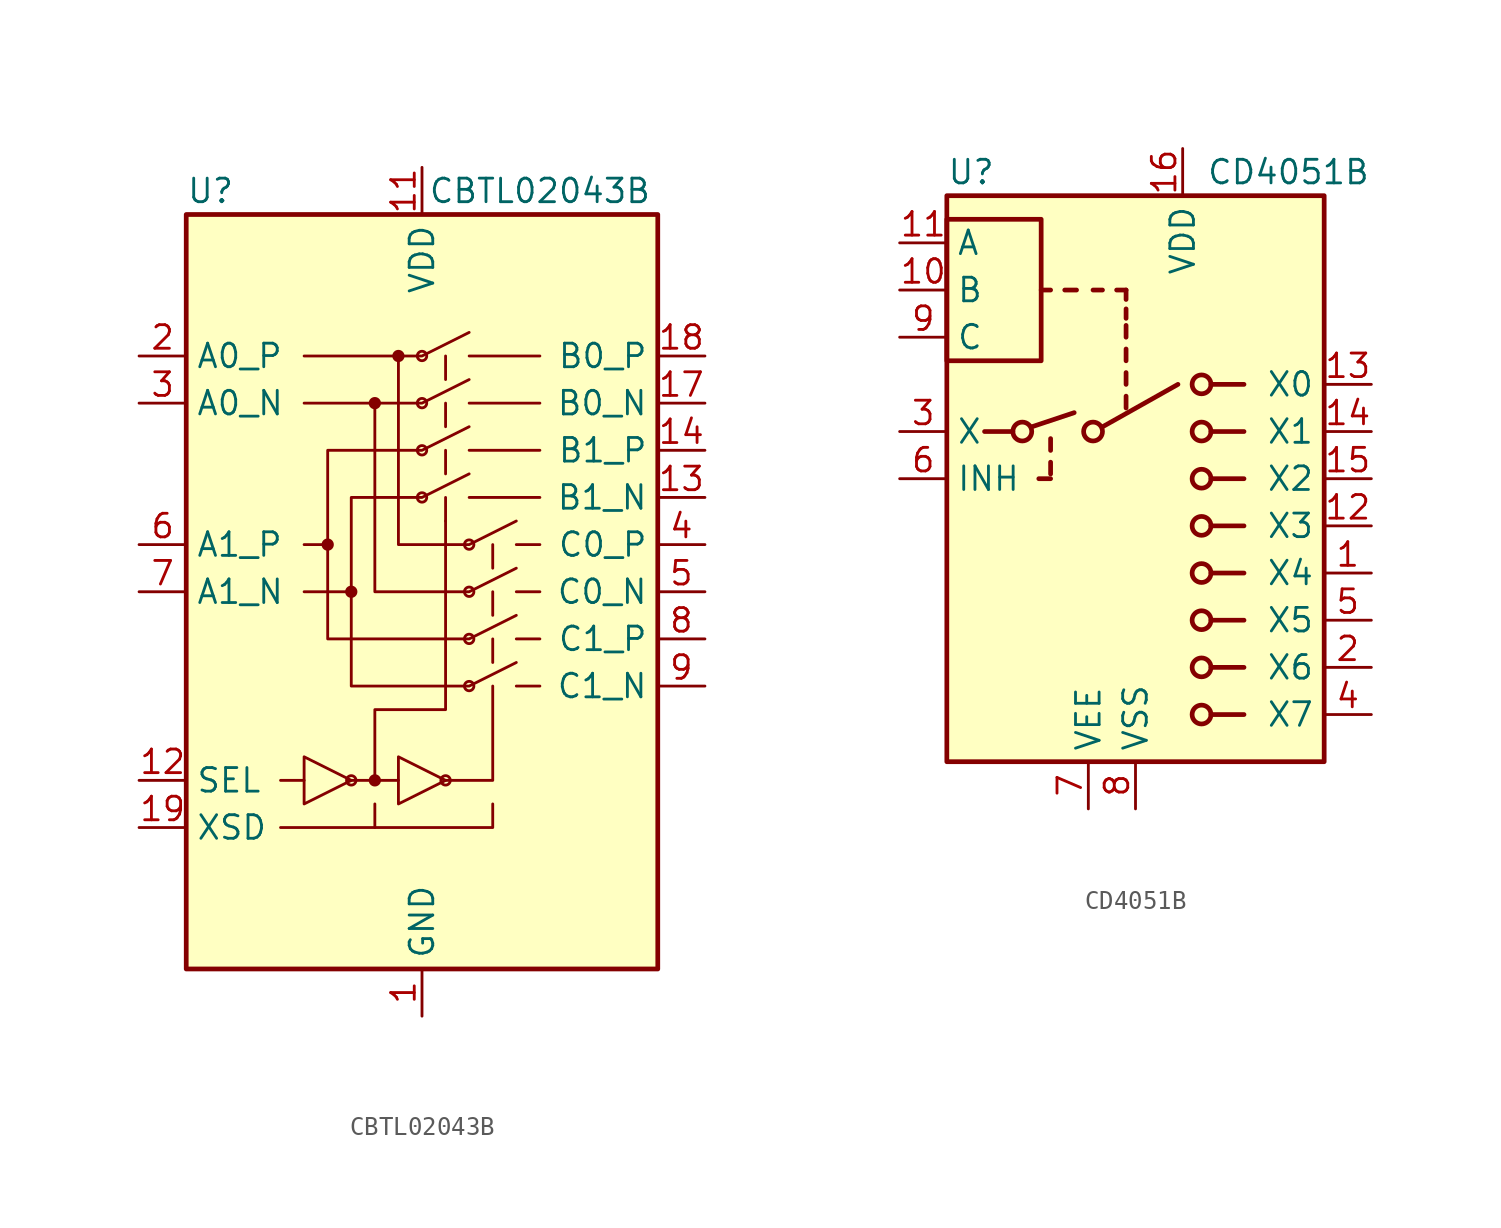
<source format=kicad_sym>
(kicad_symbol_lib
  (version 20241209)
  (generator "kicad_symbol_editor")
  (generator_version "9.0")
  (symbol "CBTL02043B"
    (property "Reference" "U"
      (at -12.7 21.59 0)
      (effects (font (size 1.27 1.27)) (justify left)))
    (property "Value" "CBTL02043B"
      (at 6.35 21.59 0)
      (effects (font (size 1.27 1.27))))
    (symbol "CBTL02043B_0_1"
      (rectangle (start -12.7 20.32) (end 12.7 -20.32) (stroke (width 0.254) (type default)) (fill (type background)))
      (polyline (pts (xy -7.62 -10.16) (xy -6.35 -10.16)) (stroke (width 0) (type default)) (fill (type none)))
      (polyline (pts (xy -7.62 -12.7) (xy 3.81 -12.7) (xy 3.81 -11.43)) (stroke (width 0) (type default)) (fill (type none)))
      (circle (center -5.08 2.54) (radius 0.254) (stroke (width 0) (type default)) (fill (type outline)))
      (circle (center -3.81 0) (radius 0.254) (stroke (width 0) (type default)) (fill (type outline)))
      (circle (center -2.54 10.16) (radius 0.254) (stroke (width 0) (type default)) (fill (type outline)))
      (polyline (pts (xy -2.54 -12.7) (xy -2.54 -11.43)) (stroke (width 0) (type default)) (fill (type none)))
      (circle (center -1.27 12.7) (radius 0.254) (stroke (width 0) (type default)) (fill (type outline)))
      (polyline (pts (xy 1.27 -10.16) (xy -1.27 -8.89) (xy -1.27 -11.43) (xy 1.27 -10.16)) (stroke (width 0) (type default)) (fill (type none)))
      (polyline (pts (xy 5.08 3.81) (xy 2.54 2.54) (xy -1.27 2.54) (xy -1.27 12.7)) (stroke (width 0) (type default)) (fill (type none)))
      (polyline (pts (xy 5.08 1.27) (xy 2.54 0) (xy -2.54 0) (xy -2.54 10.16)) (stroke (width 0) (type default)) (fill (type none)))
      (polyline (pts (xy 5.08 -1.27) (xy 2.54 -2.54) (xy -5.08 -2.54) (xy -5.08 2.54)) (stroke (width 0) (type default)) (fill (type none)))
      (polyline (pts (xy 5.08 -3.81) (xy 2.54 -5.08) (xy -3.81 -5.08) (xy -3.81 0)) (stroke (width 0) (type default)) (fill (type none))))
    (symbol "CBTL02043B_1_1"
      (polyline (pts (xy -6.35 12.7) (xy 0 12.7) (xy 2.54 13.97)) (stroke (width 0) (type default)) (fill (type none)))
      (polyline (pts (xy -6.35 10.16) (xy 0 10.16) (xy 2.54 11.43)) (stroke (width 0) (type default)) (fill (type none)))
      (polyline (pts (xy -6.35 2.54) (xy -5.08 2.54) (xy -5.08 7.62) (xy 0 7.62) (xy 2.54 8.89)) (stroke (width 0) (type default)) (fill (type none)))
      (polyline (pts (xy -6.35 0) (xy -3.81 0) (xy -3.81 5.08) (xy 0 5.08) (xy 2.54 6.35)) (stroke (width 0) (type default)) (fill (type none)))
      (circle (center -3.81 -10.16) (radius 0.254) (stroke (width 0) (type default)) (fill (type none)))
      (polyline (pts (xy -3.81 -10.16) (xy -6.35 -8.89) (xy -6.35 -11.43) (xy -3.81 -10.16)) (stroke (width 0) (type default)) (fill (type none)))
      (circle (center -2.54 -10.16) (radius 0.254) (stroke (width 0) (type default)) (fill (type outline)))
      (polyline (pts (xy -2.54 -10.16) (xy -1.27 -10.16)) (stroke (width 0) (type default)) (fill (type none)))
      (circle (center 0 12.7) (radius 0.254) (stroke (width 0) (type default)) (fill (type none)))
      (circle (center 0 10.16) (radius 0.254) (stroke (width 0) (type default)) (fill (type none)))
      (circle (center 0 7.62) (radius 0.254) (stroke (width 0) (type default)) (fill (type none)))
      (circle (center 0 5.08) (radius 0.254) (stroke (width 0) (type default)) (fill (type none)))
      (polyline (pts (xy 1.27 12.7) (xy 1.27 11.43)) (stroke (width 0) (type default)) (fill (type none)))
      (polyline (pts (xy 1.27 10.16) (xy 1.27 8.89)) (stroke (width 0) (type default)) (fill (type none)))
      (polyline (pts (xy 1.27 7.62) (xy 1.27 6.35)) (stroke (width 0) (type default)) (fill (type none)))
      (polyline (pts (xy 1.27 5.08) (xy 1.27 3.81)) (stroke (width 0) (type default)) (fill (type none)))
      (polyline (pts (xy 1.27 3.81) (xy 1.27 -6.35) (xy -2.54 -6.35) (xy -2.54 -10.16) (xy -3.81 -10.16)) (stroke (width 0) (type default)) (fill (type none)))
      (polyline (pts (xy 1.27 -10.16) (xy 3.81 -10.16) (xy 3.81 -5.08)) (stroke (width 0) (type default)) (fill (type none)))
      (circle (center 1.27 -10.16) (radius 0.254) (stroke (width 0) (type default)) (fill (type none)))
      (circle (center 2.54 2.54) (radius 0.254) (stroke (width 0) (type default)) (fill (type none)))
      (circle (center 2.54 0) (radius 0.254) (stroke (width 0) (type default)) (fill (type none)))
      (circle (center 2.54 -2.54) (radius 0.254) (stroke (width 0) (type default)) (fill (type none)))
      (circle (center 2.54 -5.08) (radius 0.254) (stroke (width 0) (type default)) (fill (type none)))
      (polyline (pts (xy 3.81 1.27) (xy 3.81 2.54)) (stroke (width 0) (type default)) (fill (type none)))
      (polyline (pts (xy 3.81 -1.27) (xy 3.81 0)) (stroke (width 0) (type default)) (fill (type none)))
      (polyline (pts (xy 3.81 -3.81) (xy 3.81 -2.54)) (stroke (width 0) (type default)) (fill (type none)))
      (polyline (pts (xy 6.35 12.7) (xy 2.54 12.7)) (stroke (width 0) (type default)) (fill (type none)))
      (polyline (pts (xy 6.35 10.16) (xy 2.54 10.16)) (stroke (width 0) (type default)) (fill (type none)))
      (polyline (pts (xy 6.35 7.62) (xy 2.54 7.62)) (stroke (width 0) (type default)) (fill (type none)))
      (polyline (pts (xy 6.35 5.08) (xy 2.54 5.08)) (stroke (width 0) (type default)) (fill (type none)))
      (polyline (pts (xy 6.35 2.54) (xy 5.08 2.54)) (stroke (width 0) (type default)) (fill (type none)))
      (polyline (pts (xy 6.35 0) (xy 5.08 0)) (stroke (width 0) (type default)) (fill (type none)))
      (polyline (pts (xy 6.35 -2.54) (xy 5.08 -2.54)) (stroke (width 0) (type default)) (fill (type none)))
      (polyline (pts (xy 6.35 -5.08) (xy 5.08 -5.08)) (stroke (width 0) (type default)) (fill (type none)))
      (pin passive line (at -15.24 12.7 0) (length 2.54) (name "A0_P" (effects (font (size 1.27 1.27)))) (number "2" (effects (font (size 1.27 1.27)))))
      (pin passive line (at -15.24 10.16 0) (length 2.54) (name "A0_N" (effects (font (size 1.27 1.27)))) (number "3" (effects (font (size 1.27 1.27)))))
      (pin passive line (at -15.24 2.54 0) (length 2.54) (name "A1_P" (effects (font (size 1.27 1.27)))) (number "6" (effects (font (size 1.27 1.27)))))
      (pin passive line (at -15.24 0 0) (length 2.54) (name "A1_N" (effects (font (size 1.27 1.27)))) (number "7" (effects (font (size 1.27 1.27)))))
      (pin input line (at -15.24 -10.16 0) (length 2.54) (name "SEL" (effects (font (size 1.27 1.27)))) (number "12" (effects (font (size 1.27 1.27)))))
      (pin input line (at -15.24 -12.7 0) (length 2.54) (name "XSD" (effects (font (size 1.27 1.27)))) (number "19" (effects (font (size 1.27 1.27)))))
      (pin power_in line (at 0 22.86 270) (length 2.54) (name "VDD" (effects (font (size 1.27 1.27)))) (number "11" (effects (font (size 1.27 1.27)))))
      (pin passive line (at 0 22.86 270) (length 2.54) (hide yes) (name "VDD" (effects (font (size 1.27 1.27)))) (number "16" (effects (font (size 1.27 1.27)))))
      (pin passive line (at 0 22.86 270) (length 2.54) (hide yes) (name "VDD" (effects (font (size 1.27 1.27)))) (number "20" (effects (font (size 1.27 1.27)))))
      (pin power_in line (at 0 -22.86 90) (length 2.54) (name "GND" (effects (font (size 1.27 1.27)))) (number "1" (effects (font (size 1.27 1.27)))))
      (pin passive line (at 0 -22.86 90) (length 2.54) (hide yes) (name "GND" (effects (font (size 1.27 1.27)))) (number "10" (effects (font (size 1.27 1.27)))))
      (pin passive line (at 0 -22.86 90) (length 2.54) (hide yes) (name "GND" (effects (font (size 1.27 1.27)))) (number "15" (effects (font (size 1.27 1.27)))))
      (pin passive line (at 0 -22.86 90) (length 2.54) (hide yes) (name "GND" (effects (font (size 1.27 1.27)))) (number "21" (effects (font (size 1.27 1.27)))))
      (pin passive line (at 15.24 12.7 180) (length 2.54) (name "B0_P" (effects (font (size 1.27 1.27)))) (number "18" (effects (font (size 1.27 1.27)))))
      (pin passive line (at 15.24 10.16 180) (length 2.54) (name "B0_N" (effects (font (size 1.27 1.27)))) (number "17" (effects (font (size 1.27 1.27)))))
      (pin passive line (at 15.24 7.62 180) (length 2.54) (name "B1_P" (effects (font (size 1.27 1.27)))) (number "14" (effects (font (size 1.27 1.27)))))
      (pin passive line (at 15.24 5.08 180) (length 2.54) (name "B1_N" (effects (font (size 1.27 1.27)))) (number "13" (effects (font (size 1.27 1.27)))))
      (pin passive line (at 15.24 2.54 180) (length 2.54) (name "C0_P" (effects (font (size 1.27 1.27)))) (number "4" (effects (font (size 1.27 1.27)))))
      (pin passive line (at 15.24 0 180) (length 2.54) (name "C0_N" (effects (font (size 1.27 1.27)))) (number "5" (effects (font (size 1.27 1.27)))))
      (pin passive line (at 15.24 -2.54 180) (length 2.54) (name "C1_P" (effects (font (size 1.27 1.27)))) (number "8" (effects (font (size 1.27 1.27)))))
      (pin passive line (at 15.24 -5.08 180) (length 2.54) (name "C1_N" (effects (font (size 1.27 1.27)))) (number "9" (effects (font (size 1.27 1.27)))))))
  (symbol "CD4051B"
    (property "Reference" "U"
      (at -10.16 16.51 0)
      (effects (font (size 1.27 1.27)) (justify left)))
    (property "Value" "CD4051B"
      (at 3.81 16.51 0)
      (effects (font (size 1.27 1.27)) (justify left)))
    (symbol "CD4051B_0_1"
      (rectangle (start -10.16 15.24) (end 10.16 -15.24) (stroke (width 0.254) (type default)) (fill (type background)))
      (rectangle (start -10.16 6.35) (end -5.08 13.97) (stroke (width 0.254) (type default)) (fill (type none)))
      (polyline (pts (xy -8.128 2.54) (xy -6.604 2.54)) (stroke (width 0.254) (type default)) (fill (type none)))
      (circle (center -6.096 2.54) (radius 0.508) (stroke (width 0.254) (type default)) (fill (type none)))
      (polyline (pts (xy -5.588 2.794) (xy -3.302 3.556)) (stroke (width 0.254) (type default)) (fill (type none)))
      (polyline (pts (xy -4.572 10.16) (xy -5.08 10.16)) (stroke (width 0.254) (type default)) (fill (type none)))
      (polyline (pts (xy -4.572 1.524) (xy -4.572 2.159)) (stroke (width 0.254) (type default)) (fill (type none)))
      (polyline (pts (xy -4.572 0.254) (xy -4.572 0.889)) (stroke (width 0.254) (type default)) (fill (type none)))
      (polyline (pts (xy -4.572 0) (xy -5.207 0)) (stroke (width 0.254) (type default)) (fill (type none)))
      (polyline (pts (xy -3.81 10.16) (xy -3.175 10.16)) (stroke (width 0.254) (type default)) (fill (type none)))
      (circle (center -2.286 2.54) (radius 0.508) (stroke (width 0.254) (type default)) (fill (type none)))
      (polyline (pts (xy -1.778 10.16) (xy -2.286 10.16)) (stroke (width 0.254) (type default)) (fill (type none)))
      (polyline (pts (xy -1.778 2.794) (xy 2.286 5.08)) (stroke (width 0.254) (type default)) (fill (type none)))
      (polyline (pts (xy -0.508 10.16) (xy -1.016 10.16)) (stroke (width 0.254) (type default)) (fill (type none)))
      (polyline (pts (xy -0.508 9.652) (xy -0.508 10.16)) (stroke (width 0.254) (type default)) (fill (type none)))
      (polyline (pts (xy -0.508 8.636) (xy -0.508 9.144)) (stroke (width 0.254) (type default)) (fill (type none)))
      (polyline (pts (xy -0.508 7.62) (xy -0.508 8.255)) (stroke (width 0.254) (type default)) (fill (type none)))
      (polyline (pts (xy -0.508 6.35) (xy -0.508 6.985)) (stroke (width 0.254) (type default)) (fill (type none)))
      (polyline (pts (xy -0.508 5.08) (xy -0.508 5.715)) (stroke (width 0.254) (type default)) (fill (type none)))
      (polyline (pts (xy -0.508 3.81) (xy -0.508 4.445)) (stroke (width 0.254) (type default)) (fill (type none)))
      (circle (center 3.556 5.08) (radius 0.508) (stroke (width 0.254) (type default)) (fill (type none)))
      (circle (center 3.556 2.54) (radius 0.508) (stroke (width 0.254) (type default)) (fill (type none)))
      (circle (center 3.556 0) (radius 0.508) (stroke (width 0.254) (type default)) (fill (type none)))
      (circle (center 3.556 -2.54) (radius 0.508) (stroke (width 0.254) (type default)) (fill (type none)))
      (circle (center 3.556 -5.08) (radius 0.508) (stroke (width 0.254) (type default)) (fill (type none)))
      (circle (center 3.556 -7.62) (radius 0.508) (stroke (width 0.254) (type default)) (fill (type none)))
      (circle (center 3.556 -10.16) (radius 0.508) (stroke (width 0.254) (type default)) (fill (type none)))
      (circle (center 3.556 -12.7) (radius 0.508) (stroke (width 0.254) (type default)) (fill (type none)))
      (polyline (pts (xy 4.064 5.08) (xy 5.842 5.08)) (stroke (width 0.254) (type default)) (fill (type none)))
      (polyline (pts (xy 4.064 2.54) (xy 5.842 2.54)) (stroke (width 0.254) (type default)) (fill (type none)))
      (polyline (pts (xy 4.064 0) (xy 5.842 0)) (stroke (width 0.254) (type default)) (fill (type none)))
      (polyline (pts (xy 4.064 -2.54) (xy 5.842 -2.54)) (stroke (width 0.254) (type default)) (fill (type none)))
      (polyline (pts (xy 4.064 -5.08) (xy 5.842 -5.08)) (stroke (width 0.254) (type default)) (fill (type none)))
      (polyline (pts (xy 4.064 -7.62) (xy 5.842 -7.62)) (stroke (width 0.254) (type default)) (fill (type none)))
      (polyline (pts (xy 4.064 -10.16) (xy 5.842 -10.16)) (stroke (width 0.254) (type default)) (fill (type none)))
      (polyline (pts (xy 4.064 -12.7) (xy 5.842 -12.7)) (stroke (width 0.254) (type default)) (fill (type none))))
    (symbol "CD4051B_1_1"
      (pin input line (at -12.7 12.7 0) (length 2.54) (name "A" (effects (font (size 1.27 1.27)))) (number "11" (effects (font (size 1.27 1.27)))))
      (pin input line (at -12.7 10.16 0) (length 2.54) (name "B" (effects (font (size 1.27 1.27)))) (number "10" (effects (font (size 1.27 1.27)))))
      (pin input line (at -12.7 7.62 0) (length 2.54) (name "C" (effects (font (size 1.27 1.27)))) (number "9" (effects (font (size 1.27 1.27)))))
      (pin bidirectional line (at -12.7 2.54 0) (length 2.54) (name "X" (effects (font (size 1.27 1.27)))) (number "3" (effects (font (size 1.27 1.27)))))
      (pin input line (at -12.7 0 0) (length 2.54) (name "INH" (effects (font (size 1.27 1.27)))) (number "6" (effects (font (size 1.27 1.27)))))
      (pin power_in line (at -2.54 -17.78 90) (length 2.54) (name "VEE" (effects (font (size 1.27 1.27)))) (number "7" (effects (font (size 1.27 1.27)))))
      (pin power_in line (at 0 -17.78 90) (length 2.54) (name "VSS" (effects (font (size 1.27 1.27)))) (number "8" (effects (font (size 1.27 1.27)))))
      (pin power_in line (at 2.54 17.78 270) (length 2.54) (name "VDD" (effects (font (size 1.27 1.27)))) (number "16" (effects (font (size 1.27 1.27)))))
      (pin bidirectional line (at 12.7 5.08 180) (length 2.54) (name "X0" (effects (font (size 1.27 1.27)))) (number "13" (effects (font (size 1.27 1.27)))))
      (pin bidirectional line (at 12.7 2.54 180) (length 2.54) (name "X1" (effects (font (size 1.27 1.27)))) (number "14" (effects (font (size 1.27 1.27)))))
      (pin bidirectional line (at 12.7 0 180) (length 2.54) (name "X2" (effects (font (size 1.27 1.27)))) (number "15" (effects (font (size 1.27 1.27)))))
      (pin bidirectional line (at 12.7 -2.54 180) (length 2.54) (name "X3" (effects (font (size 1.27 1.27)))) (number "12" (effects (font (size 1.27 1.27)))))
      (pin bidirectional line (at 12.7 -5.08 180) (length 2.54) (name "X4" (effects (font (size 1.27 1.27)))) (number "1" (effects (font (size 1.27 1.27)))))
      (pin bidirectional line (at 12.7 -7.62 180) (length 2.54) (name "X5" (effects (font (size 1.27 1.27)))) (number "5" (effects (font (size 1.27 1.27)))))
      (pin bidirectional line (at 12.7 -10.16 180) (length 2.54) (name "X6" (effects (font (size 1.27 1.27)))) (number "2" (effects (font (size 1.27 1.27)))))
      (pin bidirectional line (at 12.7 -12.7 180) (length 2.54) (name "X7" (effects (font (size 1.27 1.27)))) (number "4" (effects (font (size 1.27 1.27))))))))
</source>
